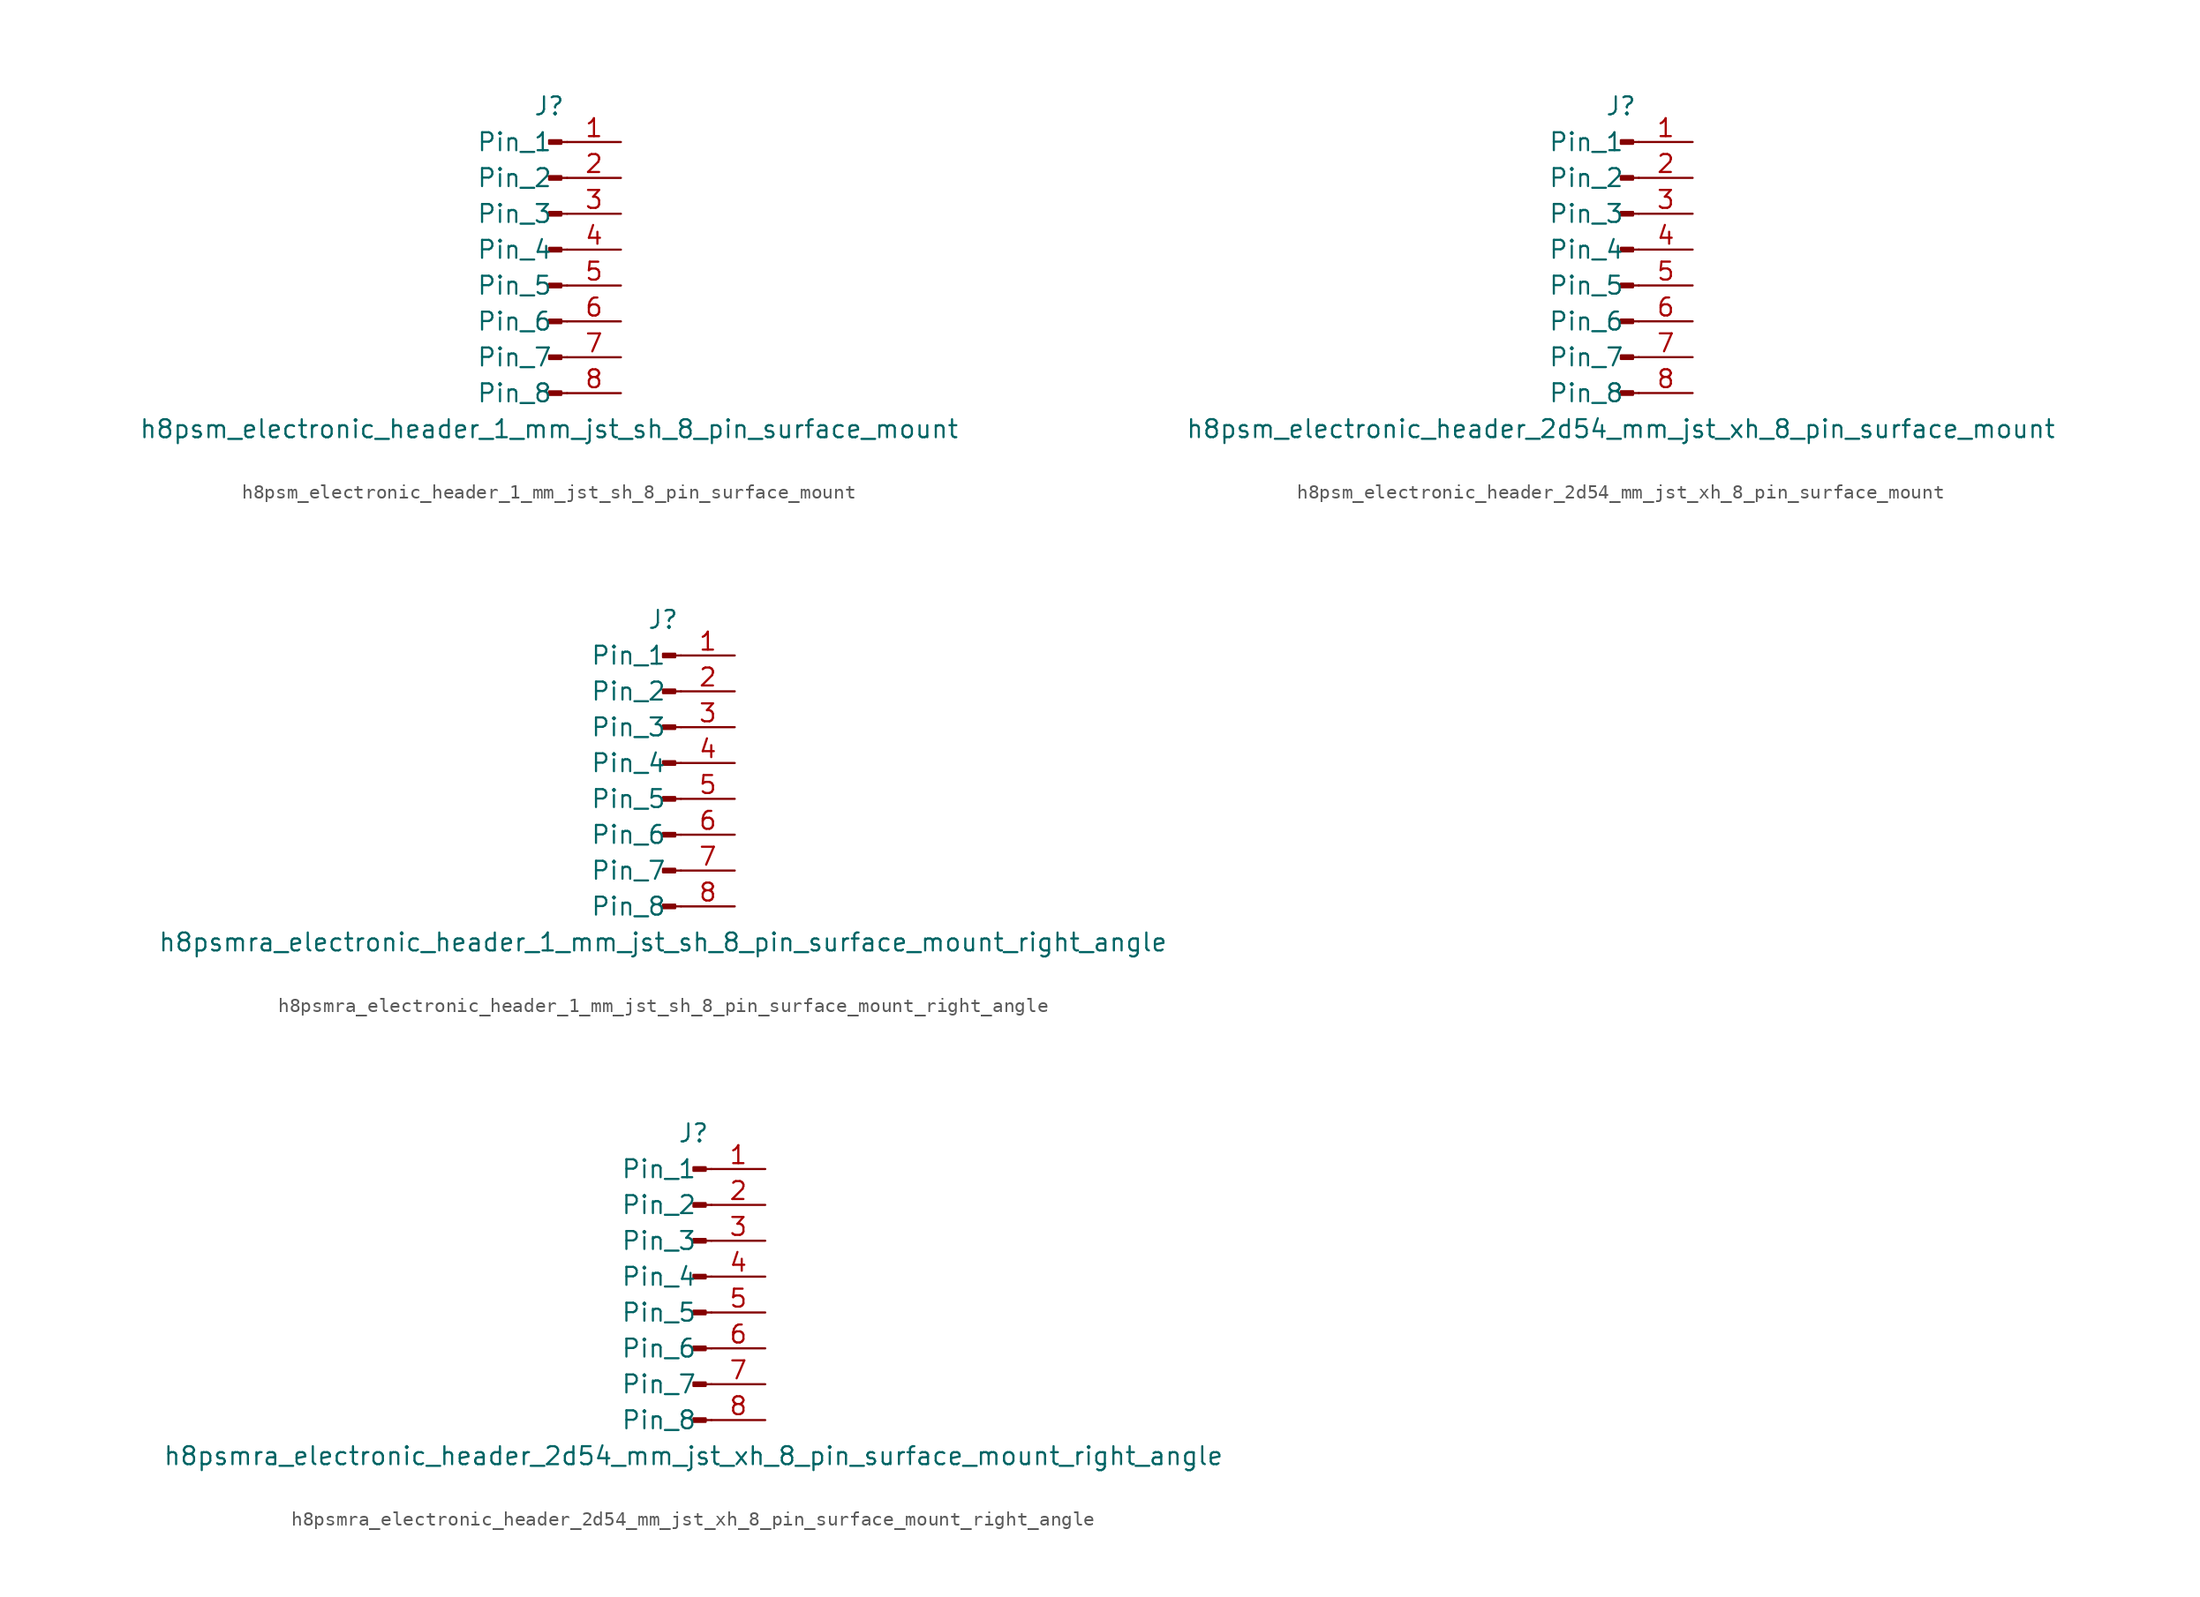
<source format=kicad_sym>
(kicad_symbol_lib
  (version 20220914)
  (generator kicad_symbol_editor)
  (symbol "h8psm_electronic_header_1_mm_jst_sh_8_pin_surface_mount"
    (pin_names
      (offset 1.016))
    (property "Reference" "J"
      (at 0 10.16 0)
      (effects (font (size 1.27 1.27))))
    (property "Value" "h8psm_electronic_header_1_mm_jst_sh_8_pin_surface_mount"
      (at 0 -12.7 0)
      (effects (font (size 1.27 1.27))))
    (property "ki_locked" ""
      (at 0 0 0)
      (effects (font (size 1.27 1.27))))
    (symbol "h8psm_electronic_header_1_mm_jst_sh_8_pin_surface_mount_1_1"
      (polyline (pts (xy 1.27 -10.16) (xy 0.864 -10.16)) (stroke (width 0.152) (type default)) (fill (type none)))
      (polyline (pts (xy 1.27 -7.62) (xy 0.864 -7.62)) (stroke (width 0.152) (type default)) (fill (type none)))
      (polyline (pts (xy 1.27 -5.08) (xy 0.864 -5.08)) (stroke (width 0.152) (type default)) (fill (type none)))
      (polyline (pts (xy 1.27 -2.54) (xy 0.864 -2.54)) (stroke (width 0.152) (type default)) (fill (type none)))
      (polyline (pts (xy 1.27 0) (xy 0.864 0)) (stroke (width 0.152) (type default)) (fill (type none)))
      (polyline (pts (xy 1.27 2.54) (xy 0.864 2.54)) (stroke (width 0.152) (type default)) (fill (type none)))
      (polyline (pts (xy 1.27 5.08) (xy 0.864 5.08)) (stroke (width 0.152) (type default)) (fill (type none)))
      (polyline (pts (xy 1.27 7.62) (xy 0.864 7.62)) (stroke (width 0.152) (type default)) (fill (type none)))
      (rectangle (start 0.864 -10.033) (end 0 -10.287) (stroke (width 0.152) (type default)) (fill (type outline)))
      (rectangle (start 0.864 -7.493) (end 0 -7.747) (stroke (width 0.152) (type default)) (fill (type outline)))
      (rectangle (start 0.864 -4.953) (end 0 -5.207) (stroke (width 0.152) (type default)) (fill (type outline)))
      (rectangle (start 0.864 -2.413) (end 0 -2.667) (stroke (width 0.152) (type default)) (fill (type outline)))
      (rectangle (start 0.864 0.127) (end 0 -0.127) (stroke (width 0.152) (type default)) (fill (type outline)))
      (rectangle (start 0.864 2.667) (end 0 2.413) (stroke (width 0.152) (type default)) (fill (type outline)))
      (rectangle (start 0.864 5.207) (end 0 4.953) (stroke (width 0.152) (type default)) (fill (type outline)))
      (rectangle (start 0.864 7.747) (end 0 7.493) (stroke (width 0.152) (type default)) (fill (type outline)))
      (pin passive line (at 5.08 7.62 180) (length 3.81) (name "Pin_1" (effects (font (size 1.27 1.27)))) (number "1" (effects (font (size 1.27 1.27)))))
      (pin passive line (at 5.08 5.08 180) (length 3.81) (name "Pin_2" (effects (font (size 1.27 1.27)))) (number "2" (effects (font (size 1.27 1.27)))))
      (pin passive line (at 5.08 2.54 180) (length 3.81) (name "Pin_3" (effects (font (size 1.27 1.27)))) (number "3" (effects (font (size 1.27 1.27)))))
      (pin passive line (at 5.08 0 180) (length 3.81) (name "Pin_4" (effects (font (size 1.27 1.27)))) (number "4" (effects (font (size 1.27 1.27)))))
      (pin passive line (at 5.08 -2.54 180) (length 3.81) (name "Pin_5" (effects (font (size 1.27 1.27)))) (number "5" (effects (font (size 1.27 1.27)))))
      (pin passive line (at 5.08 -5.08 180) (length 3.81) (name "Pin_6" (effects (font (size 1.27 1.27)))) (number "6" (effects (font (size 1.27 1.27)))))
      (pin passive line (at 5.08 -7.62 180) (length 3.81) (name "Pin_7" (effects (font (size 1.27 1.27)))) (number "7" (effects (font (size 1.27 1.27)))))
      (pin passive line (at 5.08 -10.16 180) (length 3.81) (name "Pin_8" (effects (font (size 1.27 1.27)))) (number "8" (effects (font (size 1.27 1.27)))))))
  (symbol "h8psm_electronic_header_2d54_mm_jst_xh_8_pin_surface_mount"
    (pin_names
      (offset 1.016))
    (property "Reference" "J"
      (at 0 10.16 0)
      (effects (font (size 1.27 1.27))))
    (property "Value" "h8psm_electronic_header_2d54_mm_jst_xh_8_pin_surface_mount"
      (at 0 -12.7 0)
      (effects (font (size 1.27 1.27))))
    (property "ki_locked" ""
      (at 0 0 0)
      (effects (font (size 1.27 1.27))))
    (symbol "h8psm_electronic_header_2d54_mm_jst_xh_8_pin_surface_mount_1_1"
      (polyline (pts (xy 1.27 -10.16) (xy 0.864 -10.16)) (stroke (width 0.152) (type default)) (fill (type none)))
      (polyline (pts (xy 1.27 -7.62) (xy 0.864 -7.62)) (stroke (width 0.152) (type default)) (fill (type none)))
      (polyline (pts (xy 1.27 -5.08) (xy 0.864 -5.08)) (stroke (width 0.152) (type default)) (fill (type none)))
      (polyline (pts (xy 1.27 -2.54) (xy 0.864 -2.54)) (stroke (width 0.152) (type default)) (fill (type none)))
      (polyline (pts (xy 1.27 0) (xy 0.864 0)) (stroke (width 0.152) (type default)) (fill (type none)))
      (polyline (pts (xy 1.27 2.54) (xy 0.864 2.54)) (stroke (width 0.152) (type default)) (fill (type none)))
      (polyline (pts (xy 1.27 5.08) (xy 0.864 5.08)) (stroke (width 0.152) (type default)) (fill (type none)))
      (polyline (pts (xy 1.27 7.62) (xy 0.864 7.62)) (stroke (width 0.152) (type default)) (fill (type none)))
      (rectangle (start 0.864 -10.033) (end 0 -10.287) (stroke (width 0.152) (type default)) (fill (type outline)))
      (rectangle (start 0.864 -7.493) (end 0 -7.747) (stroke (width 0.152) (type default)) (fill (type outline)))
      (rectangle (start 0.864 -4.953) (end 0 -5.207) (stroke (width 0.152) (type default)) (fill (type outline)))
      (rectangle (start 0.864 -2.413) (end 0 -2.667) (stroke (width 0.152) (type default)) (fill (type outline)))
      (rectangle (start 0.864 0.127) (end 0 -0.127) (stroke (width 0.152) (type default)) (fill (type outline)))
      (rectangle (start 0.864 2.667) (end 0 2.413) (stroke (width 0.152) (type default)) (fill (type outline)))
      (rectangle (start 0.864 5.207) (end 0 4.953) (stroke (width 0.152) (type default)) (fill (type outline)))
      (rectangle (start 0.864 7.747) (end 0 7.493) (stroke (width 0.152) (type default)) (fill (type outline)))
      (pin passive line (at 5.08 7.62 180) (length 3.81) (name "Pin_1" (effects (font (size 1.27 1.27)))) (number "1" (effects (font (size 1.27 1.27)))))
      (pin passive line (at 5.08 5.08 180) (length 3.81) (name "Pin_2" (effects (font (size 1.27 1.27)))) (number "2" (effects (font (size 1.27 1.27)))))
      (pin passive line (at 5.08 2.54 180) (length 3.81) (name "Pin_3" (effects (font (size 1.27 1.27)))) (number "3" (effects (font (size 1.27 1.27)))))
      (pin passive line (at 5.08 0 180) (length 3.81) (name "Pin_4" (effects (font (size 1.27 1.27)))) (number "4" (effects (font (size 1.27 1.27)))))
      (pin passive line (at 5.08 -2.54 180) (length 3.81) (name "Pin_5" (effects (font (size 1.27 1.27)))) (number "5" (effects (font (size 1.27 1.27)))))
      (pin passive line (at 5.08 -5.08 180) (length 3.81) (name "Pin_6" (effects (font (size 1.27 1.27)))) (number "6" (effects (font (size 1.27 1.27)))))
      (pin passive line (at 5.08 -7.62 180) (length 3.81) (name "Pin_7" (effects (font (size 1.27 1.27)))) (number "7" (effects (font (size 1.27 1.27)))))
      (pin passive line (at 5.08 -10.16 180) (length 3.81) (name "Pin_8" (effects (font (size 1.27 1.27)))) (number "8" (effects (font (size 1.27 1.27)))))))
  (symbol "h8psmra_electronic_header_1_mm_jst_sh_8_pin_surface_mount_right_angle"
    (pin_names
      (offset 1.016))
    (property "Reference" "J"
      (at 0 10.16 0)
      (effects (font (size 1.27 1.27))))
    (property "Value" "h8psmra_electronic_header_1_mm_jst_sh_8_pin_surface_mount_right_angle"
      (at 0 -12.7 0)
      (effects (font (size 1.27 1.27))))
    (property "ki_locked" ""
      (at 0 0 0)
      (effects (font (size 1.27 1.27))))
    (symbol "h8psmra_electronic_header_1_mm_jst_sh_8_pin_surface_mount_right_angle_1_1"
      (polyline (pts (xy 1.27 -10.16) (xy 0.864 -10.16)) (stroke (width 0.152) (type default)) (fill (type none)))
      (polyline (pts (xy 1.27 -7.62) (xy 0.864 -7.62)) (stroke (width 0.152) (type default)) (fill (type none)))
      (polyline (pts (xy 1.27 -5.08) (xy 0.864 -5.08)) (stroke (width 0.152) (type default)) (fill (type none)))
      (polyline (pts (xy 1.27 -2.54) (xy 0.864 -2.54)) (stroke (width 0.152) (type default)) (fill (type none)))
      (polyline (pts (xy 1.27 0) (xy 0.864 0)) (stroke (width 0.152) (type default)) (fill (type none)))
      (polyline (pts (xy 1.27 2.54) (xy 0.864 2.54)) (stroke (width 0.152) (type default)) (fill (type none)))
      (polyline (pts (xy 1.27 5.08) (xy 0.864 5.08)) (stroke (width 0.152) (type default)) (fill (type none)))
      (polyline (pts (xy 1.27 7.62) (xy 0.864 7.62)) (stroke (width 0.152) (type default)) (fill (type none)))
      (rectangle (start 0.864 -10.033) (end 0 -10.287) (stroke (width 0.152) (type default)) (fill (type outline)))
      (rectangle (start 0.864 -7.493) (end 0 -7.747) (stroke (width 0.152) (type default)) (fill (type outline)))
      (rectangle (start 0.864 -4.953) (end 0 -5.207) (stroke (width 0.152) (type default)) (fill (type outline)))
      (rectangle (start 0.864 -2.413) (end 0 -2.667) (stroke (width 0.152) (type default)) (fill (type outline)))
      (rectangle (start 0.864 0.127) (end 0 -0.127) (stroke (width 0.152) (type default)) (fill (type outline)))
      (rectangle (start 0.864 2.667) (end 0 2.413) (stroke (width 0.152) (type default)) (fill (type outline)))
      (rectangle (start 0.864 5.207) (end 0 4.953) (stroke (width 0.152) (type default)) (fill (type outline)))
      (rectangle (start 0.864 7.747) (end 0 7.493) (stroke (width 0.152) (type default)) (fill (type outline)))
      (pin passive line (at 5.08 7.62 180) (length 3.81) (name "Pin_1" (effects (font (size 1.27 1.27)))) (number "1" (effects (font (size 1.27 1.27)))))
      (pin passive line (at 5.08 5.08 180) (length 3.81) (name "Pin_2" (effects (font (size 1.27 1.27)))) (number "2" (effects (font (size 1.27 1.27)))))
      (pin passive line (at 5.08 2.54 180) (length 3.81) (name "Pin_3" (effects (font (size 1.27 1.27)))) (number "3" (effects (font (size 1.27 1.27)))))
      (pin passive line (at 5.08 0 180) (length 3.81) (name "Pin_4" (effects (font (size 1.27 1.27)))) (number "4" (effects (font (size 1.27 1.27)))))
      (pin passive line (at 5.08 -2.54 180) (length 3.81) (name "Pin_5" (effects (font (size 1.27 1.27)))) (number "5" (effects (font (size 1.27 1.27)))))
      (pin passive line (at 5.08 -5.08 180) (length 3.81) (name "Pin_6" (effects (font (size 1.27 1.27)))) (number "6" (effects (font (size 1.27 1.27)))))
      (pin passive line (at 5.08 -7.62 180) (length 3.81) (name "Pin_7" (effects (font (size 1.27 1.27)))) (number "7" (effects (font (size 1.27 1.27)))))
      (pin passive line (at 5.08 -10.16 180) (length 3.81) (name "Pin_8" (effects (font (size 1.27 1.27)))) (number "8" (effects (font (size 1.27 1.27)))))))
  (symbol "h8psmra_electronic_header_2d54_mm_jst_xh_8_pin_surface_mount_right_angle"
    (pin_names
      (offset 1.016))
    (property "Reference" "J"
      (at 0 10.16 0)
      (effects (font (size 1.27 1.27))))
    (property "Value" "h8psmra_electronic_header_2d54_mm_jst_xh_8_pin_surface_mount_right_angle"
      (at 0 -12.7 0)
      (effects (font (size 1.27 1.27))))
    (property "ki_locked" ""
      (at 0 0 0)
      (effects (font (size 1.27 1.27))))
    (symbol "h8psmra_electronic_header_2d54_mm_jst_xh_8_pin_surface_mount_right_angle_1_1"
      (polyline (pts (xy 1.27 -10.16) (xy 0.864 -10.16)) (stroke (width 0.152) (type default)) (fill (type none)))
      (polyline (pts (xy 1.27 -7.62) (xy 0.864 -7.62)) (stroke (width 0.152) (type default)) (fill (type none)))
      (polyline (pts (xy 1.27 -5.08) (xy 0.864 -5.08)) (stroke (width 0.152) (type default)) (fill (type none)))
      (polyline (pts (xy 1.27 -2.54) (xy 0.864 -2.54)) (stroke (width 0.152) (type default)) (fill (type none)))
      (polyline (pts (xy 1.27 0) (xy 0.864 0)) (stroke (width 0.152) (type default)) (fill (type none)))
      (polyline (pts (xy 1.27 2.54) (xy 0.864 2.54)) (stroke (width 0.152) (type default)) (fill (type none)))
      (polyline (pts (xy 1.27 5.08) (xy 0.864 5.08)) (stroke (width 0.152) (type default)) (fill (type none)))
      (polyline (pts (xy 1.27 7.62) (xy 0.864 7.62)) (stroke (width 0.152) (type default)) (fill (type none)))
      (rectangle (start 0.864 -10.033) (end 0 -10.287) (stroke (width 0.152) (type default)) (fill (type outline)))
      (rectangle (start 0.864 -7.493) (end 0 -7.747) (stroke (width 0.152) (type default)) (fill (type outline)))
      (rectangle (start 0.864 -4.953) (end 0 -5.207) (stroke (width 0.152) (type default)) (fill (type outline)))
      (rectangle (start 0.864 -2.413) (end 0 -2.667) (stroke (width 0.152) (type default)) (fill (type outline)))
      (rectangle (start 0.864 0.127) (end 0 -0.127) (stroke (width 0.152) (type default)) (fill (type outline)))
      (rectangle (start 0.864 2.667) (end 0 2.413) (stroke (width 0.152) (type default)) (fill (type outline)))
      (rectangle (start 0.864 5.207) (end 0 4.953) (stroke (width 0.152) (type default)) (fill (type outline)))
      (rectangle (start 0.864 7.747) (end 0 7.493) (stroke (width 0.152) (type default)) (fill (type outline)))
      (pin passive line (at 5.08 7.62 180) (length 3.81) (name "Pin_1" (effects (font (size 1.27 1.27)))) (number "1" (effects (font (size 1.27 1.27)))))
      (pin passive line (at 5.08 5.08 180) (length 3.81) (name "Pin_2" (effects (font (size 1.27 1.27)))) (number "2" (effects (font (size 1.27 1.27)))))
      (pin passive line (at 5.08 2.54 180) (length 3.81) (name "Pin_3" (effects (font (size 1.27 1.27)))) (number "3" (effects (font (size 1.27 1.27)))))
      (pin passive line (at 5.08 0 180) (length 3.81) (name "Pin_4" (effects (font (size 1.27 1.27)))) (number "4" (effects (font (size 1.27 1.27)))))
      (pin passive line (at 5.08 -2.54 180) (length 3.81) (name "Pin_5" (effects (font (size 1.27 1.27)))) (number "5" (effects (font (size 1.27 1.27)))))
      (pin passive line (at 5.08 -5.08 180) (length 3.81) (name "Pin_6" (effects (font (size 1.27 1.27)))) (number "6" (effects (font (size 1.27 1.27)))))
      (pin passive line (at 5.08 -7.62 180) (length 3.81) (name "Pin_7" (effects (font (size 1.27 1.27)))) (number "7" (effects (font (size 1.27 1.27)))))
      (pin passive line (at 5.08 -10.16 180) (length 3.81) (name "Pin_8" (effects (font (size 1.27 1.27)))) (number "8" (effects (font (size 1.27 1.27))))))))
</source>
